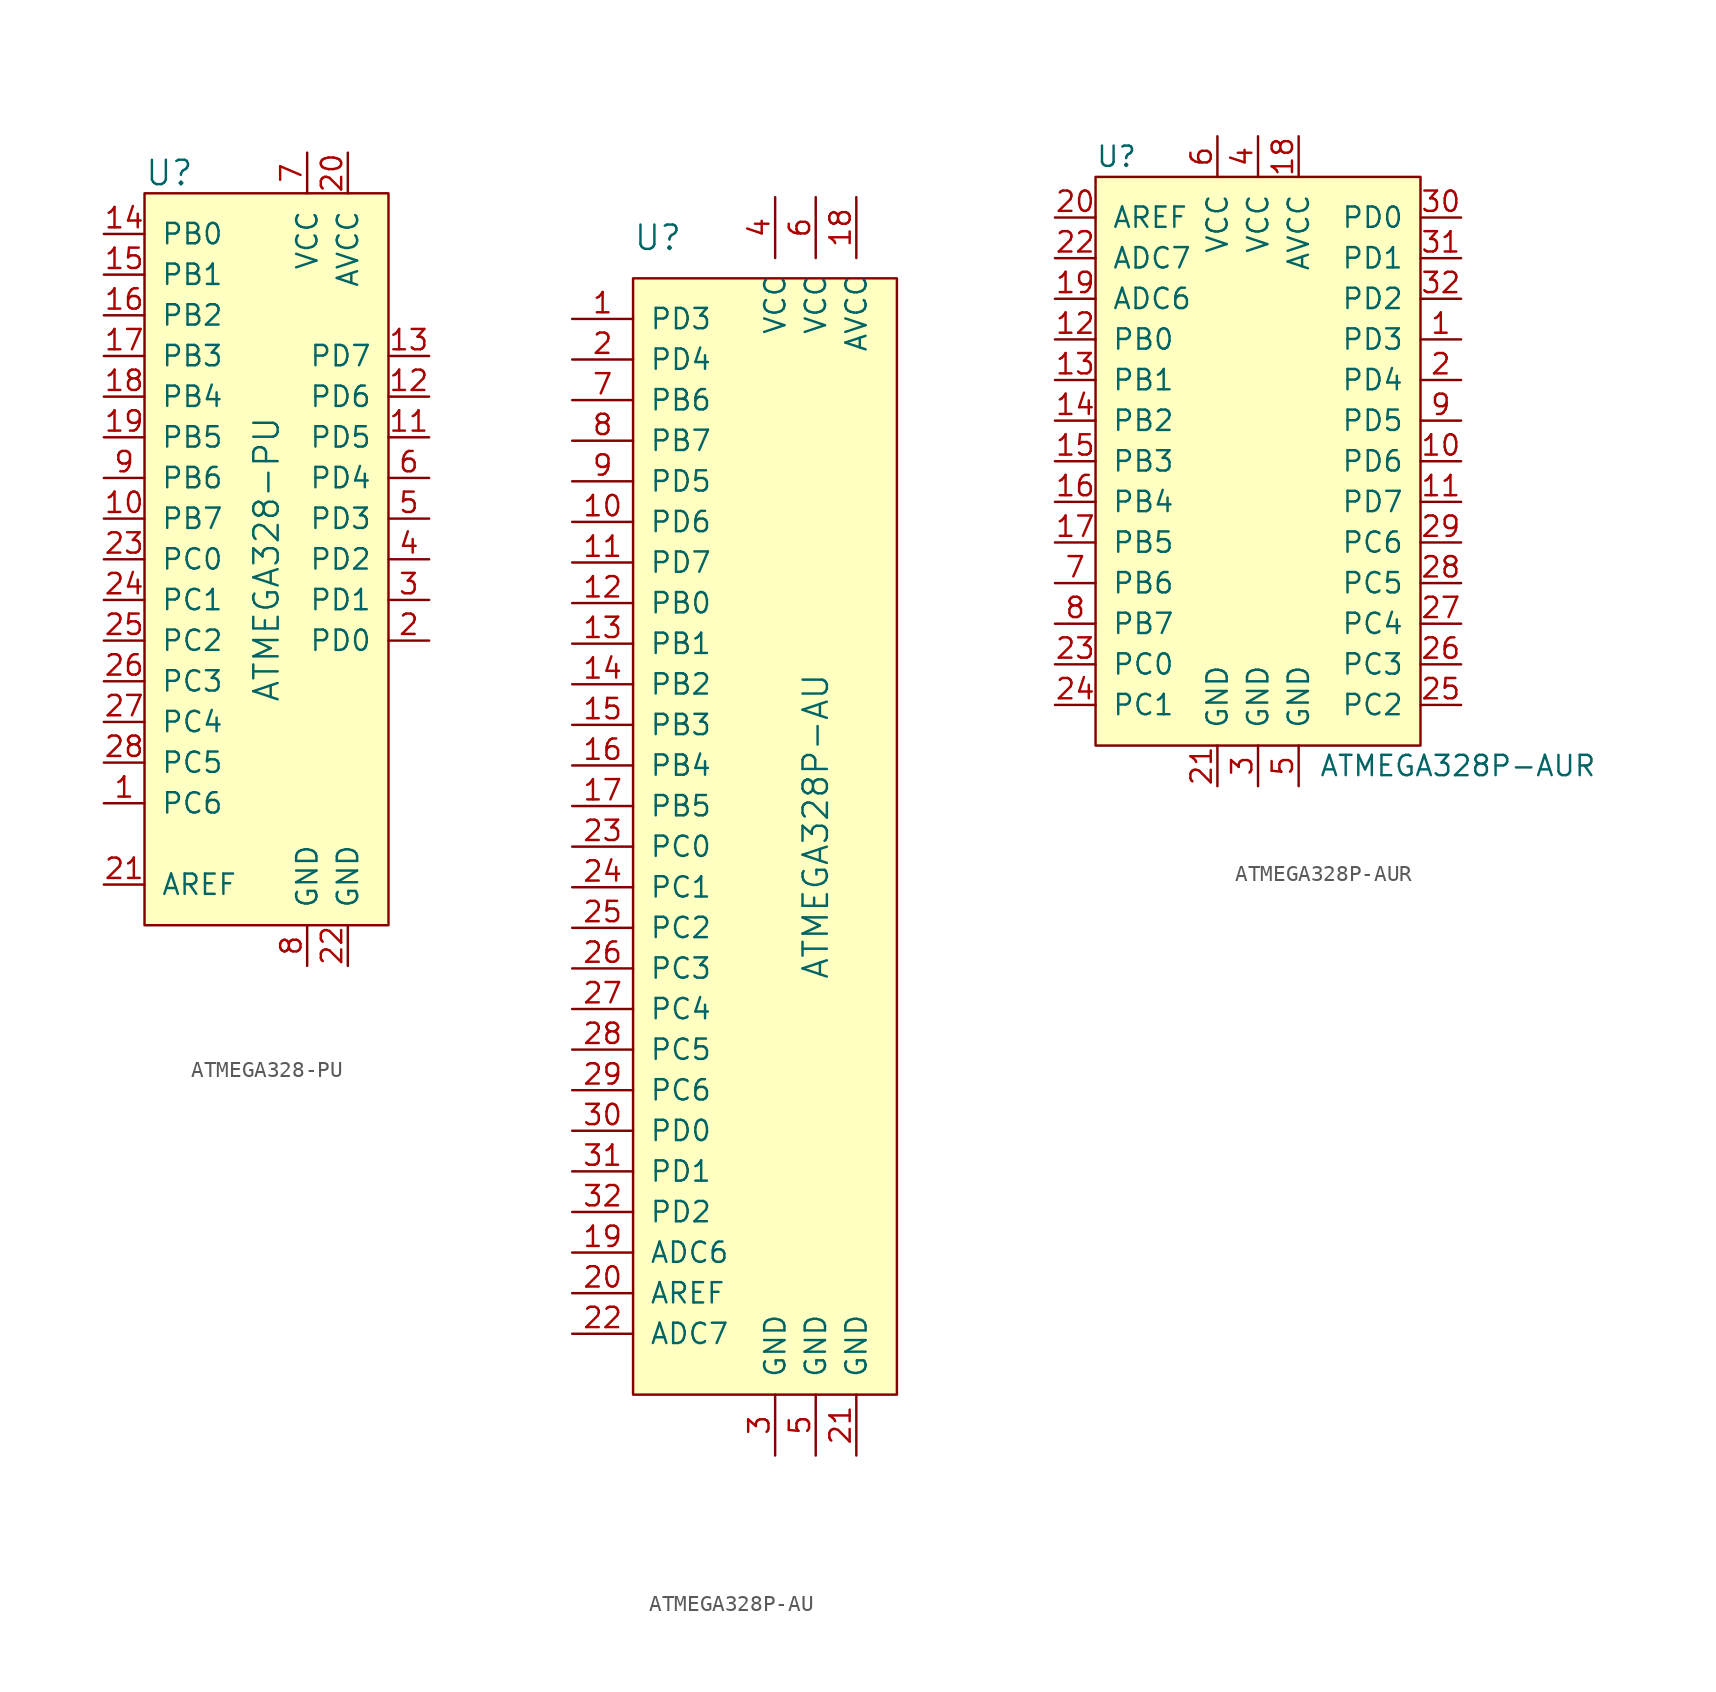
<source format=kicad_sym>
(kicad_symbol_lib
  (version 20201005)
  (generator kicad_symbol_editor)
  (symbol "ATMEGA328-PU"
    (pin_names
      (offset 1.016))
    (property "Reference" "U"
      (at -10.16 29.21 0)
      (effects (font (size 1.524 1.524)) (justify left)))
    (property "Value" "ATMEGA328-PU"
      (at -2.54 5.08 90)
      (effects (font (size 1.524 1.524))))
    (symbol "ATMEGA328-PU_0_1"
      (rectangle (start -10.16 27.94) (end 5.08 -17.78) (stroke (width 0)) (fill (type background))))
    (symbol "ATMEGA328-PU_1_1"
      (pin bidirectional line (at -12.7 -10.16 0) (length 2.54) (name "PC6" (effects (font (size 1.27 1.27)))) (number "1" (effects (font (size 1.27 1.27)))))
      (pin bidirectional line (at 7.62 0 180) (length 2.54) (name "PD0" (effects (font (size 1.27 1.27)))) (number "2" (effects (font (size 1.27 1.27)))))
      (pin bidirectional line (at 7.62 2.54 180) (length 2.54) (name "PD1" (effects (font (size 1.27 1.27)))) (number "3" (effects (font (size 1.27 1.27)))))
      (pin bidirectional line (at 7.62 5.08 180) (length 2.54) (name "PD2" (effects (font (size 1.27 1.27)))) (number "4" (effects (font (size 1.27 1.27)))))
      (pin bidirectional line (at 7.62 7.62 180) (length 2.54) (name "PD3" (effects (font (size 1.27 1.27)))) (number "5" (effects (font (size 1.27 1.27)))))
      (pin bidirectional line (at 7.62 10.16 180) (length 2.54) (name "PD4" (effects (font (size 1.27 1.27)))) (number "6" (effects (font (size 1.27 1.27)))))
      (pin power_in line (at 0 30.48 270) (length 2.54) (name "VCC" (effects (font (size 1.27 1.27)))) (number "7" (effects (font (size 1.27 1.27)))))
      (pin power_in line (at 0 -20.32 90) (length 2.54) (name "GND" (effects (font (size 1.27 1.27)))) (number "8" (effects (font (size 1.27 1.27)))))
      (pin bidirectional line (at -12.7 10.16 0) (length 2.54) (name "PB6" (effects (font (size 1.27 1.27)))) (number "9" (effects (font (size 1.27 1.27)))))
      (pin bidirectional line (at -12.7 7.62 0) (length 2.54) (name "PB7" (effects (font (size 1.27 1.27)))) (number "10" (effects (font (size 1.27 1.27)))))
      (pin power_in line (at 2.54 30.48 270) (length 2.54) (name "AVCC" (effects (font (size 1.27 1.27)))) (number "20" (effects (font (size 1.27 1.27)))))
      (pin bidirectional line (at 7.62 12.7 180) (length 2.54) (name "PD5" (effects (font (size 1.27 1.27)))) (number "11" (effects (font (size 1.27 1.27)))))
      (pin input line (at -12.7 -15.24 0) (length 2.54) (name "AREF" (effects (font (size 1.27 1.27)))) (number "21" (effects (font (size 1.27 1.27)))))
      (pin bidirectional line (at 7.62 15.24 180) (length 2.54) (name "PD6" (effects (font (size 1.27 1.27)))) (number "12" (effects (font (size 1.27 1.27)))))
      (pin power_in line (at 2.54 -20.32 90) (length 2.54) (name "GND" (effects (font (size 1.27 1.27)))) (number "22" (effects (font (size 1.27 1.27)))))
      (pin bidirectional line (at 7.62 17.78 180) (length 2.54) (name "PD7" (effects (font (size 1.27 1.27)))) (number "13" (effects (font (size 1.27 1.27)))))
      (pin bidirectional line (at -12.7 5.08 0) (length 2.54) (name "PC0" (effects (font (size 1.27 1.27)))) (number "23" (effects (font (size 1.27 1.27)))))
      (pin bidirectional line (at -12.7 25.4 0) (length 2.54) (name "PB0" (effects (font (size 1.27 1.27)))) (number "14" (effects (font (size 1.27 1.27)))))
      (pin bidirectional line (at -12.7 2.54 0) (length 2.54) (name "PC1" (effects (font (size 1.27 1.27)))) (number "24" (effects (font (size 1.27 1.27)))))
      (pin bidirectional line (at -12.7 22.86 0) (length 2.54) (name "PB1" (effects (font (size 1.27 1.27)))) (number "15" (effects (font (size 1.27 1.27)))))
      (pin bidirectional line (at -12.7 0 0) (length 2.54) (name "PC2" (effects (font (size 1.27 1.27)))) (number "25" (effects (font (size 1.27 1.27)))))
      (pin bidirectional line (at -12.7 20.32 0) (length 2.54) (name "PB2" (effects (font (size 1.27 1.27)))) (number "16" (effects (font (size 1.27 1.27)))))
      (pin bidirectional line (at -12.7 -2.54 0) (length 2.54) (name "PC3" (effects (font (size 1.27 1.27)))) (number "26" (effects (font (size 1.27 1.27)))))
      (pin bidirectional line (at -12.7 17.78 0) (length 2.54) (name "PB3" (effects (font (size 1.27 1.27)))) (number "17" (effects (font (size 1.27 1.27)))))
      (pin bidirectional line (at -12.7 -5.08 0) (length 2.54) (name "PC4" (effects (font (size 1.27 1.27)))) (number "27" (effects (font (size 1.27 1.27)))))
      (pin bidirectional line (at -12.7 15.24 0) (length 2.54) (name "PB4" (effects (font (size 1.27 1.27)))) (number "18" (effects (font (size 1.27 1.27)))))
      (pin bidirectional line (at -12.7 -7.62 0) (length 2.54) (name "PC5" (effects (font (size 1.27 1.27)))) (number "28" (effects (font (size 1.27 1.27)))))
      (pin bidirectional line (at -12.7 12.7 0) (length 2.54) (name "PB5" (effects (font (size 1.27 1.27)))) (number "19" (effects (font (size 1.27 1.27)))))))
  (symbol "ATMEGA328P-AU"
    (pin_names
      (offset 1.016))
    (property "Reference" "U"
      (at -8.89 38.1 0)
      (effects (font (size 1.524 1.524)) (justify left)))
    (property "Value" "ATMEGA328P-AU"
      (at 2.54 1.27 90)
      (effects (font (size 1.524 1.524))))
    (symbol "ATMEGA328P-AU_0_1"
      (rectangle (start -8.89 35.56) (end 7.62 -34.29) (stroke (width 0)) (fill (type background))))
    (symbol "ATMEGA328P-AU_1_1"
      (pin bidirectional line (at -12.7 33.02 0) (length 3.81) (name "PD3" (effects (font (size 1.27 1.27)))) (number "1" (effects (font (size 1.27 1.27)))))
      (pin bidirectional line (at -12.7 30.48 0) (length 3.81) (name "PD4" (effects (font (size 1.27 1.27)))) (number "2" (effects (font (size 1.27 1.27)))))
      (pin power_in line (at 0 -38.1 90) (length 3.81) (name "GND" (effects (font (size 1.27 1.27)))) (number "3" (effects (font (size 1.27 1.27)))))
      (pin power_in line (at 0 40.64 270) (length 3.81) (name "VCC" (effects (font (size 1.27 1.27)))) (number "4" (effects (font (size 1.27 1.27)))))
      (pin power_in line (at 2.54 -38.1 90) (length 3.81) (name "GND" (effects (font (size 1.27 1.27)))) (number "5" (effects (font (size 1.27 1.27)))))
      (pin power_in line (at 2.54 40.64 270) (length 3.81) (name "VCC" (effects (font (size 1.27 1.27)))) (number "6" (effects (font (size 1.27 1.27)))))
      (pin bidirectional line (at -12.7 27.94 0) (length 3.81) (name "PB6" (effects (font (size 1.27 1.27)))) (number "7" (effects (font (size 1.27 1.27)))))
      (pin bidirectional line (at -12.7 25.4 0) (length 3.81) (name "PB7" (effects (font (size 1.27 1.27)))) (number "8" (effects (font (size 1.27 1.27)))))
      (pin bidirectional line (at -12.7 22.86 0) (length 3.81) (name "PD5" (effects (font (size 1.27 1.27)))) (number "9" (effects (font (size 1.27 1.27)))))
      (pin bidirectional line (at -12.7 20.32 0) (length 3.81) (name "PD6" (effects (font (size 1.27 1.27)))) (number "10" (effects (font (size 1.27 1.27)))))
      (pin input line (at -12.7 -27.94 0) (length 3.81) (name "AREF" (effects (font (size 1.27 1.27)))) (number "20" (effects (font (size 1.27 1.27)))))
      (pin bidirectional line (at -12.7 -17.78 0) (length 3.81) (name "PD0" (effects (font (size 1.27 1.27)))) (number "30" (effects (font (size 1.27 1.27)))))
      (pin bidirectional line (at -12.7 17.78 0) (length 3.81) (name "PD7" (effects (font (size 1.27 1.27)))) (number "11" (effects (font (size 1.27 1.27)))))
      (pin power_in line (at 5.08 -38.1 90) (length 3.81) (name "GND" (effects (font (size 1.27 1.27)))) (number "21" (effects (font (size 1.27 1.27)))))
      (pin bidirectional line (at -12.7 -20.32 0) (length 3.81) (name "PD1" (effects (font (size 1.27 1.27)))) (number "31" (effects (font (size 1.27 1.27)))))
      (pin bidirectional line (at -12.7 15.24 0) (length 3.81) (name "PB0" (effects (font (size 1.27 1.27)))) (number "12" (effects (font (size 1.27 1.27)))))
      (pin input line (at -12.7 -30.48 0) (length 3.81) (name "ADC7" (effects (font (size 1.27 1.27)))) (number "22" (effects (font (size 1.27 1.27)))))
      (pin bidirectional line (at -12.7 -22.86 0) (length 3.81) (name "PD2" (effects (font (size 1.27 1.27)))) (number "32" (effects (font (size 1.27 1.27)))))
      (pin bidirectional line (at -12.7 12.7 0) (length 3.81) (name "PB1" (effects (font (size 1.27 1.27)))) (number "13" (effects (font (size 1.27 1.27)))))
      (pin bidirectional line (at -12.7 0 0) (length 3.81) (name "PC0" (effects (font (size 1.27 1.27)))) (number "23" (effects (font (size 1.27 1.27)))))
      (pin bidirectional line (at -12.7 10.16 0) (length 3.81) (name "PB2" (effects (font (size 1.27 1.27)))) (number "14" (effects (font (size 1.27 1.27)))))
      (pin bidirectional line (at -12.7 -2.54 0) (length 3.81) (name "PC1" (effects (font (size 1.27 1.27)))) (number "24" (effects (font (size 1.27 1.27)))))
      (pin bidirectional line (at -12.7 7.62 0) (length 3.81) (name "PB3" (effects (font (size 1.27 1.27)))) (number "15" (effects (font (size 1.27 1.27)))))
      (pin bidirectional line (at -12.7 -5.08 0) (length 3.81) (name "PC2" (effects (font (size 1.27 1.27)))) (number "25" (effects (font (size 1.27 1.27)))))
      (pin bidirectional line (at -12.7 5.08 0) (length 3.81) (name "PB4" (effects (font (size 1.27 1.27)))) (number "16" (effects (font (size 1.27 1.27)))))
      (pin bidirectional line (at -12.7 -7.62 0) (length 3.81) (name "PC3" (effects (font (size 1.27 1.27)))) (number "26" (effects (font (size 1.27 1.27)))))
      (pin bidirectional line (at -12.7 2.54 0) (length 3.81) (name "PB5" (effects (font (size 1.27 1.27)))) (number "17" (effects (font (size 1.27 1.27)))))
      (pin bidirectional line (at -12.7 -10.16 0) (length 3.81) (name "PC4" (effects (font (size 1.27 1.27)))) (number "27" (effects (font (size 1.27 1.27)))))
      (pin power_in line (at 5.08 40.64 270) (length 3.81) (name "AVCC" (effects (font (size 1.27 1.27)))) (number "18" (effects (font (size 1.27 1.27)))))
      (pin bidirectional line (at -12.7 -12.7 0) (length 3.81) (name "PC5" (effects (font (size 1.27 1.27)))) (number "28" (effects (font (size 1.27 1.27)))))
      (pin input line (at -12.7 -25.4 0) (length 3.81) (name "ADC6" (effects (font (size 1.27 1.27)))) (number "19" (effects (font (size 1.27 1.27)))))
      (pin bidirectional line (at -12.7 -15.24 0) (length 3.81) (name "PC6" (effects (font (size 1.27 1.27)))) (number "29" (effects (font (size 1.27 1.27)))))))
  (symbol "ATMEGA328P-AUR"
    (pin_names
      (offset 1.016))
    (property "Reference" "U"
      (at -10.16 24.13 0)
      (effects (font (size 1.27 1.27)) (justify left)))
    (property "Value" "ATMEGA328P-AUR"
      (at 3.81 -13.97 0)
      (effects (font (size 1.27 1.27)) (justify left)))
    (symbol "ATMEGA328P-AUR_0_1"
      (rectangle (start -10.16 22.86) (end 10.16 -12.7) (stroke (width 0)) (fill (type background))))
    (symbol "ATMEGA328P-AUR_1_1"
      (pin bidirectional line (at 12.7 12.7 180) (length 2.54) (name "PD3" (effects (font (size 1.27 1.27)))) (number "1" (effects (font (size 1.27 1.27)))))
      (pin bidirectional line (at 12.7 5.08 180) (length 2.54) (name "PD6" (effects (font (size 1.27 1.27)))) (number "10" (effects (font (size 1.27 1.27)))))
      (pin bidirectional line (at 12.7 2.54 180) (length 2.54) (name "PD7" (effects (font (size 1.27 1.27)))) (number "11" (effects (font (size 1.27 1.27)))))
      (pin bidirectional line (at -12.7 12.7 0) (length 2.54) (name "PB0" (effects (font (size 1.27 1.27)))) (number "12" (effects (font (size 1.27 1.27)))))
      (pin bidirectional line (at -12.7 10.16 0) (length 2.54) (name "PB1" (effects (font (size 1.27 1.27)))) (number "13" (effects (font (size 1.27 1.27)))))
      (pin bidirectional line (at -12.7 7.62 0) (length 2.54) (name "PB2" (effects (font (size 1.27 1.27)))) (number "14" (effects (font (size 1.27 1.27)))))
      (pin bidirectional line (at -12.7 5.08 0) (length 2.54) (name "PB3" (effects (font (size 1.27 1.27)))) (number "15" (effects (font (size 1.27 1.27)))))
      (pin bidirectional line (at -12.7 2.54 0) (length 2.54) (name "PB4" (effects (font (size 1.27 1.27)))) (number "16" (effects (font (size 1.27 1.27)))))
      (pin bidirectional line (at -12.7 0 0) (length 2.54) (name "PB5" (effects (font (size 1.27 1.27)))) (number "17" (effects (font (size 1.27 1.27)))))
      (pin power_in line (at 2.54 25.4 270) (length 2.54) (name "AVCC" (effects (font (size 1.27 1.27)))) (number "18" (effects (font (size 1.27 1.27)))))
      (pin input line (at -12.7 15.24 0) (length 2.54) (name "ADC6" (effects (font (size 1.27 1.27)))) (number "19" (effects (font (size 1.27 1.27)))))
      (pin bidirectional line (at 12.7 10.16 180) (length 2.54) (name "PD4" (effects (font (size 1.27 1.27)))) (number "2" (effects (font (size 1.27 1.27)))))
      (pin input line (at -12.7 20.32 0) (length 2.54) (name "AREF" (effects (font (size 1.27 1.27)))) (number "20" (effects (font (size 1.27 1.27)))))
      (pin power_in line (at -2.54 -15.24 90) (length 2.54) (name "GND" (effects (font (size 1.27 1.27)))) (number "21" (effects (font (size 1.27 1.27)))))
      (pin input line (at -12.7 17.78 0) (length 2.54) (name "ADC7" (effects (font (size 1.27 1.27)))) (number "22" (effects (font (size 1.27 1.27)))))
      (pin bidirectional line (at -12.7 -7.62 0) (length 2.54) (name "PC0" (effects (font (size 1.27 1.27)))) (number "23" (effects (font (size 1.27 1.27)))))
      (pin bidirectional line (at -12.7 -10.16 0) (length 2.54) (name "PC1" (effects (font (size 1.27 1.27)))) (number "24" (effects (font (size 1.27 1.27)))))
      (pin bidirectional line (at 12.7 -10.16 180) (length 2.54) (name "PC2" (effects (font (size 1.27 1.27)))) (number "25" (effects (font (size 1.27 1.27)))))
      (pin bidirectional line (at 12.7 -7.62 180) (length 2.54) (name "PC3" (effects (font (size 1.27 1.27)))) (number "26" (effects (font (size 1.27 1.27)))))
      (pin bidirectional line (at 12.7 -5.08 180) (length 2.54) (name "PC4" (effects (font (size 1.27 1.27)))) (number "27" (effects (font (size 1.27 1.27)))))
      (pin bidirectional line (at 12.7 -2.54 180) (length 2.54) (name "PC5" (effects (font (size 1.27 1.27)))) (number "28" (effects (font (size 1.27 1.27)))))
      (pin bidirectional line (at 12.7 0 180) (length 2.54) (name "PC6" (effects (font (size 1.27 1.27)))) (number "29" (effects (font (size 1.27 1.27)))))
      (pin power_in line (at 0 -15.24 90) (length 2.54) (name "GND" (effects (font (size 1.27 1.27)))) (number "3" (effects (font (size 1.27 1.27)))))
      (pin bidirectional line (at 12.7 20.32 180) (length 2.54) (name "PD0" (effects (font (size 1.27 1.27)))) (number "30" (effects (font (size 1.27 1.27)))))
      (pin bidirectional line (at 12.7 17.78 180) (length 2.54) (name "PD1" (effects (font (size 1.27 1.27)))) (number "31" (effects (font (size 1.27 1.27)))))
      (pin bidirectional line (at 12.7 15.24 180) (length 2.54) (name "PD2" (effects (font (size 1.27 1.27)))) (number "32" (effects (font (size 1.27 1.27)))))
      (pin power_in line (at 0 25.4 270) (length 2.54) (name "VCC" (effects (font (size 1.27 1.27)))) (number "4" (effects (font (size 1.27 1.27)))))
      (pin power_in line (at 2.54 -15.24 90) (length 2.54) (name "GND" (effects (font (size 1.27 1.27)))) (number "5" (effects (font (size 1.27 1.27)))))
      (pin power_in line (at -2.54 25.4 270) (length 2.54) (name "VCC" (effects (font (size 1.27 1.27)))) (number "6" (effects (font (size 1.27 1.27)))))
      (pin bidirectional line (at -12.7 -2.54 0) (length 2.54) (name "PB6" (effects (font (size 1.27 1.27)))) (number "7" (effects (font (size 1.27 1.27)))))
      (pin bidirectional line (at -12.7 -5.08 0) (length 2.54) (name "PB7" (effects (font (size 1.27 1.27)))) (number "8" (effects (font (size 1.27 1.27)))))
      (pin bidirectional line (at 12.7 7.62 180) (length 2.54) (name "PD5" (effects (font (size 1.27 1.27)))) (number "9" (effects (font (size 1.27 1.27))))))))
</source>
